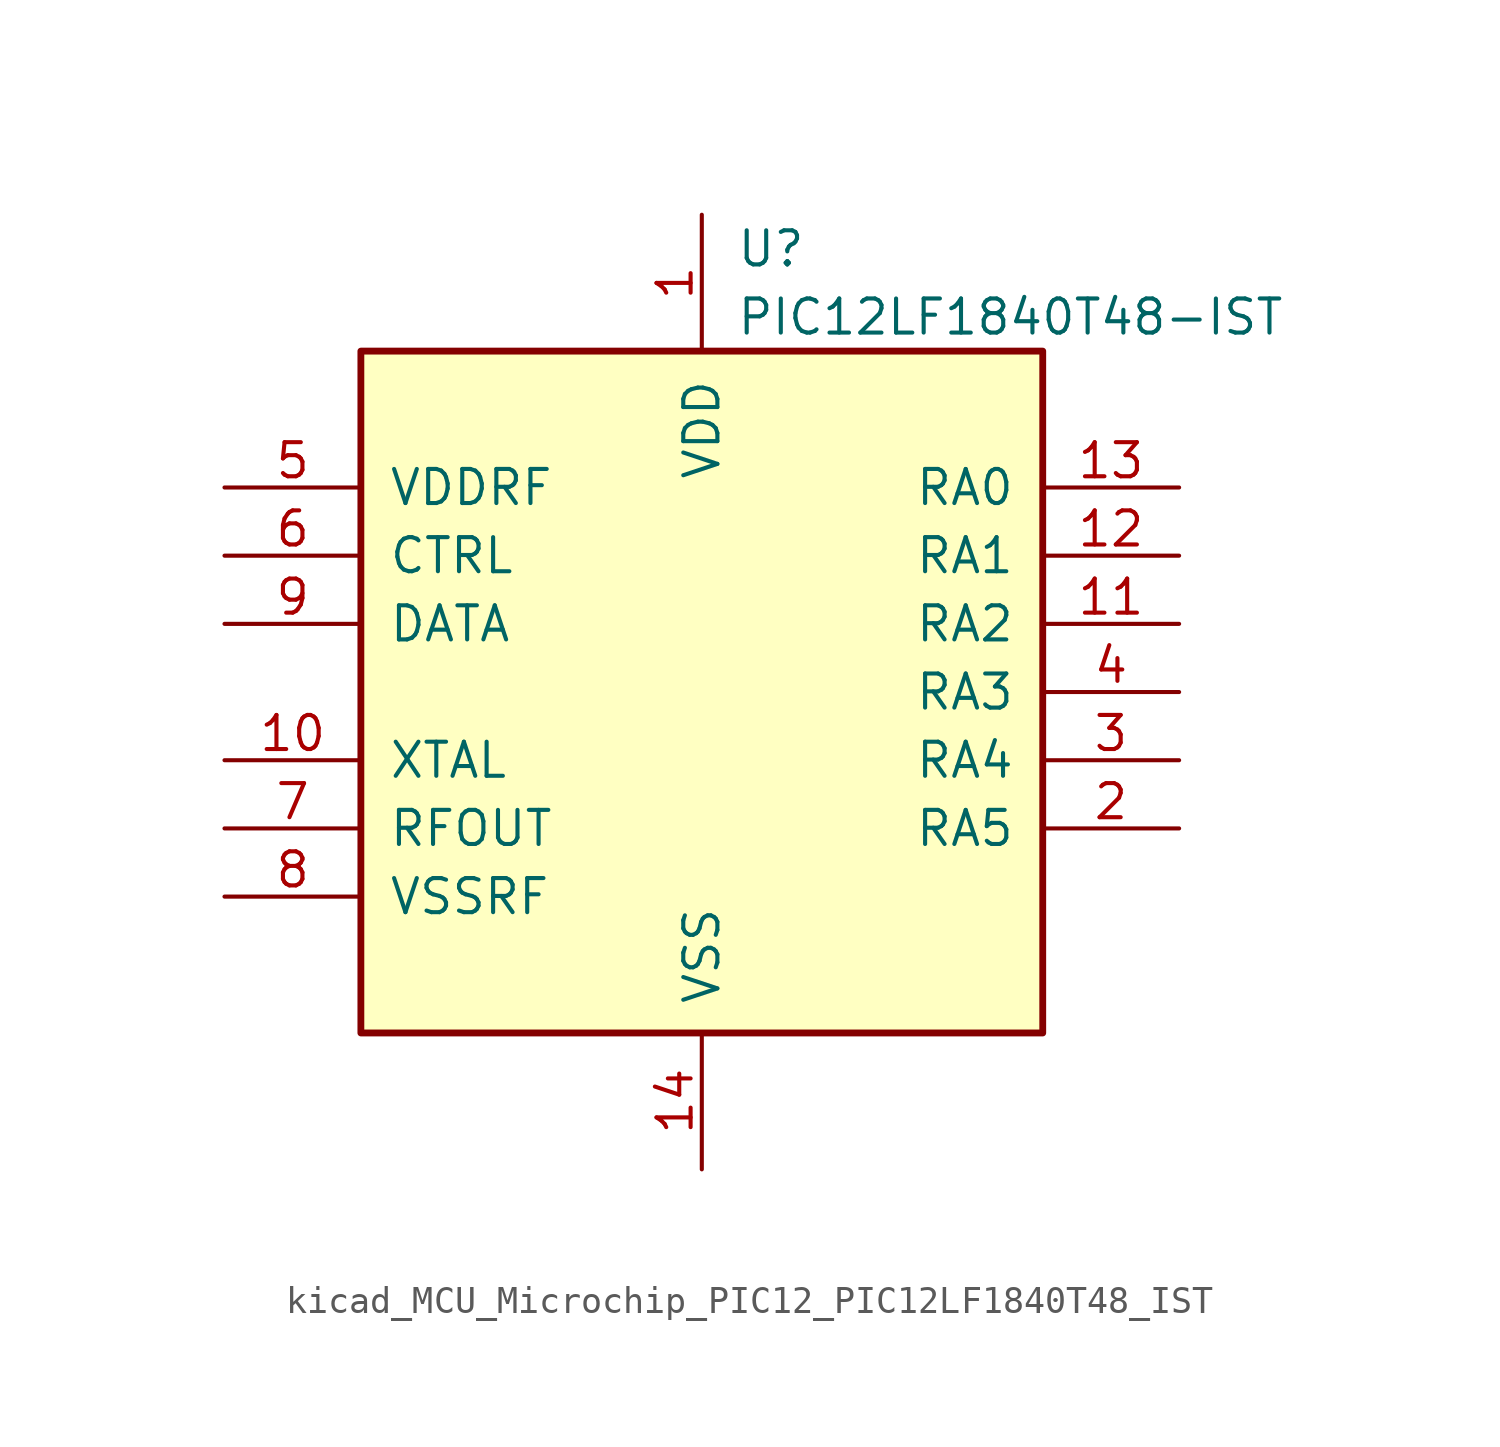
<source format=kicad_sym>
(kicad_symbol_lib
  (version 20220914)
  (generator kicad_symbol_editor)
  (symbol "kicad_MCU_Microchip_PIC12_PIC12LF1840T48_IST"
    (pin_names
      (offset 1.016))
    (property "Reference" "U"
      (at 1.27 16.51 0)
      (effects (font (size 1.27 1.27)) (justify left)))
    (property "Value" "PIC12LF1840T48-IST"
      (at 1.27 13.97 0)
      (effects (font (size 1.27 1.27)) (justify left)))
    (symbol "kicad_MCU_Microchip_PIC12_PIC12LF1840T48_IST_0_1"
      (rectangle (start 12.7 -12.7) (end -12.7 12.7) (stroke (width 0.254) (type default)) (fill (type background))))
    (symbol "kicad_MCU_Microchip_PIC12_PIC12LF1840T48_IST_1_1"
      (pin power_in line (at 0 17.78 270) (length 5.08) (name "VDD" (effects (font (size 1.27 1.27)))) (number "1" (effects (font (size 1.27 1.27)))))
      (pin input line (at -17.78 -2.54 0) (length 5.08) (name "XTAL" (effects (font (size 1.27 1.27)))) (number "10" (effects (font (size 1.27 1.27)))))
      (pin bidirectional line (at 17.78 2.54 180) (length 5.08) (name "RA2" (effects (font (size 1.27 1.27)))) (number "11" (effects (font (size 1.27 1.27)))))
      (pin bidirectional line (at 17.78 5.08 180) (length 5.08) (name "RA1" (effects (font (size 1.27 1.27)))) (number "12" (effects (font (size 1.27 1.27)))))
      (pin bidirectional line (at 17.78 7.62 180) (length 5.08) (name "RA0" (effects (font (size 1.27 1.27)))) (number "13" (effects (font (size 1.27 1.27)))))
      (pin power_in line (at 0 -17.78 90) (length 5.08) (name "VSS" (effects (font (size 1.27 1.27)))) (number "14" (effects (font (size 1.27 1.27)))))
      (pin bidirectional line (at 17.78 -5.08 180) (length 5.08) (name "RA5" (effects (font (size 1.27 1.27)))) (number "2" (effects (font (size 1.27 1.27)))))
      (pin bidirectional line (at 17.78 -2.54 180) (length 5.08) (name "RA4" (effects (font (size 1.27 1.27)))) (number "3" (effects (font (size 1.27 1.27)))))
      (pin input line (at 17.78 0 180) (length 5.08) (name "RA3" (effects (font (size 1.27 1.27)))) (number "4" (effects (font (size 1.27 1.27)))))
      (pin power_in line (at -17.78 7.62 0) (length 5.08) (name "VDDRF" (effects (font (size 1.27 1.27)))) (number "5" (effects (font (size 1.27 1.27)))))
      (pin input line (at -17.78 5.08 0) (length 5.08) (name "CTRL" (effects (font (size 1.27 1.27)))) (number "6" (effects (font (size 1.27 1.27)))))
      (pin input line (at -17.78 -5.08 0) (length 5.08) (name "RFOUT" (effects (font (size 1.27 1.27)))) (number "7" (effects (font (size 1.27 1.27)))))
      (pin power_in line (at -17.78 -7.62 0) (length 5.08) (name "VSSRF" (effects (font (size 1.27 1.27)))) (number "8" (effects (font (size 1.27 1.27)))))
      (pin input line (at -17.78 2.54 0) (length 5.08) (name "DATA" (effects (font (size 1.27 1.27)))) (number "9" (effects (font (size 1.27 1.27))))))))
</source>
